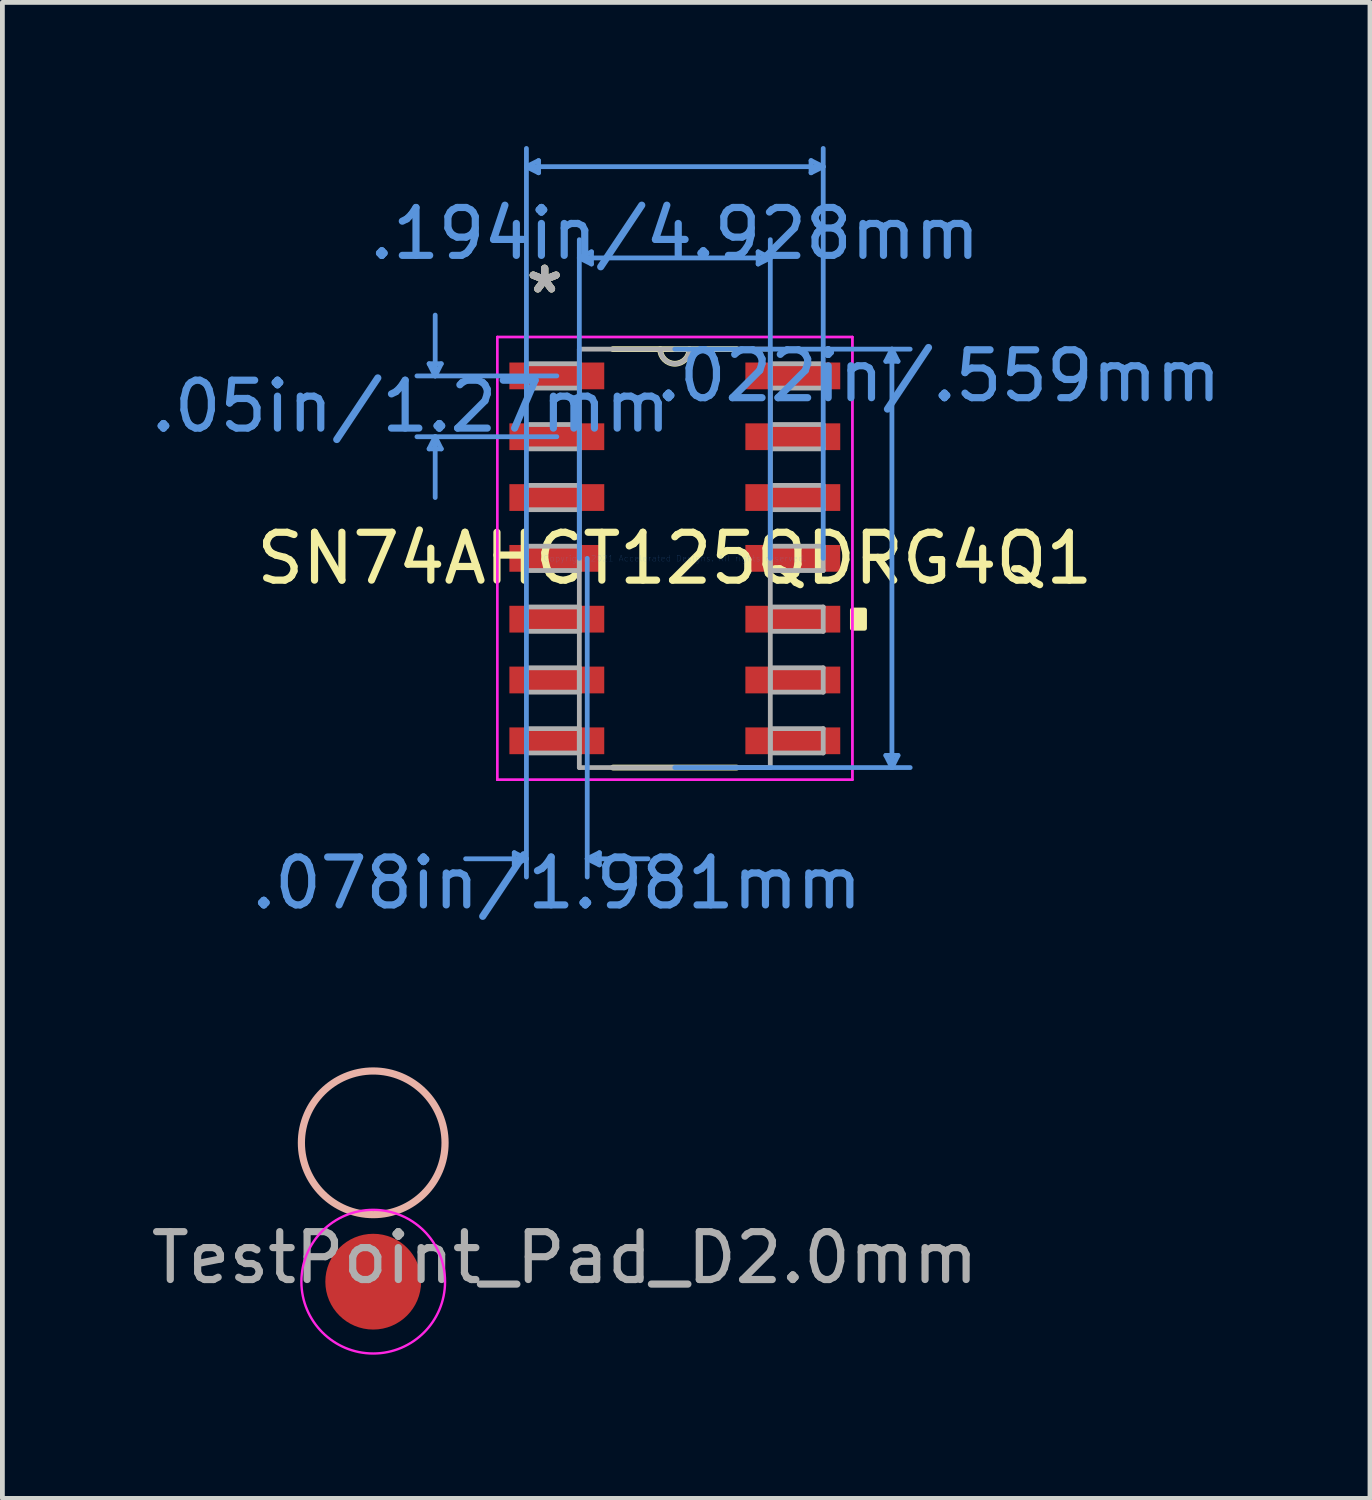
<source format=kicad_pcb>
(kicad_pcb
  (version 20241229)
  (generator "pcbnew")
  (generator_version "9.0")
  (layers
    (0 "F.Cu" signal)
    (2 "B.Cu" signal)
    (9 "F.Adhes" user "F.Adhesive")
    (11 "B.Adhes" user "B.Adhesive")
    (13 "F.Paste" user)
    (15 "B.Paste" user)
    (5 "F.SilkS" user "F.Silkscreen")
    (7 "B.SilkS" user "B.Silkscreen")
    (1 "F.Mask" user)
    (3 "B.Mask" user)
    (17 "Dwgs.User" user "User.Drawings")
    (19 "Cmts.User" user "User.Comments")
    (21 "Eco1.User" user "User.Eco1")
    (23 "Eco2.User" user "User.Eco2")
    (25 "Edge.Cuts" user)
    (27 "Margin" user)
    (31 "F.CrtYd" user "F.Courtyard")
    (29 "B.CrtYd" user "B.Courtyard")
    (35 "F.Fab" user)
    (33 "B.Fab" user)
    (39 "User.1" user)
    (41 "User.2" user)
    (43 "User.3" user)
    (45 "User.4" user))
  (footprint "TestPoint_Pad_D2.0mm"
    (layer "F.Cu")
    (at 4.744 23.715)
    (property "Reference" "TestPoint_Pad_D2.0mm" (at 4 -0.5 0) (layer "F.Fab") (effects (font (size 1 1) (thickness 0.15))))
    (attr exclude_from_pos_files)
    (fp_circle (center 0 -2.9) (end 1.5 -2.9) (stroke (width 0.15) (type solid)) (fill no) (layer "B.SilkS"))
    (fp_circle (center 0 0) (end 1.5 0) (stroke (width 0.05) (type solid)) (fill no) (layer "F.CrtYd"))
    (pad "1" smd circle (at 0 0) (size 2 2) (layers "F.Cu" "F.Mask")))
  (footprint "SN74AHCT125QDRG4Q1"
    (layer "F.Cu")
    (at 11.042 8.61)
    (property "Reference" "SN74AHCT125QDRG4Q1" (at 0 0 0) (layer "F.SilkS") (effects (font (size 1 1) (thickness 0.15))))
    (attr through_hole)
    (fp_line (start -1.293 4.369) (end 1.293 4.369) (stroke (width 0.12) (type solid)) (layer "F.SilkS"))
    (fp_line (start 1.293 -4.369) (end -1.293 -4.369) (stroke (width 0.12) (type solid)) (layer "F.SilkS"))
    (fp_arc (start 0.3048 -4.3688) (mid 0 -4.064) (end -0.3048 -4.3688) (stroke (width 0.12) (type solid)) (layer "F.SilkS"))
    (fp_poly (pts (xy 3.962 1.079) (xy 3.962 1.46) (xy 3.708 1.46) (xy 3.708 1.079)) (stroke (width 0.1) (type solid)) (fill yes) (layer "F.SilkS"))
    (fp_line (start -5.131 -4.064) (end -4.877 -4.064) (stroke (width 0.1) (type solid)) (layer "Cmts.User"))
    (fp_line (start -5.131 -2.286) (end -4.877 -2.286) (stroke (width 0.1) (type solid)) (layer "Cmts.User"))
    (fp_line (start -5.004 -3.81) (end -5.131 -4.064) (stroke (width 0.1) (type solid)) (layer "Cmts.User"))
    (fp_line (start -5.004 -3.81) (end -5.004 -5.08) (stroke (width 0.1) (type solid)) (layer "Cmts.User"))
    (fp_line (start -5.004 -3.81) (end -4.877 -4.064) (stroke (width 0.1) (type solid)) (layer "Cmts.User"))
    (fp_line (start -5.004 -2.54) (end -5.131 -2.286) (stroke (width 0.1) (type solid)) (layer "Cmts.User"))
    (fp_line (start -5.004 -2.54) (end -5.004 -1.27) (stroke (width 0.1) (type solid)) (layer "Cmts.User"))
    (fp_line (start -5.004 -2.54) (end -4.877 -2.286) (stroke (width 0.1) (type solid)) (layer "Cmts.User"))
    (fp_line (start -3.353 6.147) (end -3.353 6.401) (stroke (width 0.1) (type solid)) (layer "Cmts.User"))
    (fp_line (start -3.099 -8.179) (end -2.845 -8.306) (stroke (width 0.1) (type solid)) (layer "Cmts.User"))
    (fp_line (start -3.099 -8.179) (end -2.845 -8.052) (stroke (width 0.1) (type solid)) (layer "Cmts.User"))
    (fp_line (start -3.099 -8.179) (end 3.099 -8.179) (stroke (width 0.1) (type solid)) (layer "Cmts.User"))
    (fp_line (start -3.099 0) (end -3.099 -8.56) (stroke (width 0.1) (type solid)) (layer "Cmts.User"))
    (fp_line (start -3.099 0) (end -3.099 6.655) (stroke (width 0.1) (type solid)) (layer "Cmts.User"))
    (fp_line (start -3.099 6.274) (end -4.369 6.274) (stroke (width 0.1) (type solid)) (layer "Cmts.User"))
    (fp_line (start -3.099 6.274) (end -3.353 6.147) (stroke (width 0.1) (type solid)) (layer "Cmts.User"))
    (fp_line (start -3.099 6.274) (end -3.353 6.401) (stroke (width 0.1) (type solid)) (layer "Cmts.User"))
    (fp_line (start -2.845 -8.306) (end -2.845 -8.052) (stroke (width 0.1) (type solid)) (layer "Cmts.User"))
    (fp_line (start -2.464 -3.81) (end -5.385 -3.81) (stroke (width 0.1) (type solid)) (layer "Cmts.User"))
    (fp_line (start -2.464 -2.54) (end -5.385 -2.54) (stroke (width 0.1) (type solid)) (layer "Cmts.User"))
    (fp_line (start -1.994 -6.274) (end -1.74 -6.401) (stroke (width 0.1) (type solid)) (layer "Cmts.User"))
    (fp_line (start -1.994 -6.274) (end -1.74 -6.147) (stroke (width 0.1) (type solid)) (layer "Cmts.User"))
    (fp_line (start -1.994 -6.274) (end 1.994 -6.274) (stroke (width 0.1) (type solid)) (layer "Cmts.User"))
    (fp_line (start -1.994 0) (end -1.994 -6.655) (stroke (width 0.1) (type solid)) (layer "Cmts.User"))
    (fp_line (start -1.829 0) (end -1.829 6.655) (stroke (width 0.1) (type solid)) (layer "Cmts.User"))
    (fp_line (start -1.829 6.274) (end -1.575 6.147) (stroke (width 0.1) (type solid)) (layer "Cmts.User"))
    (fp_line (start -1.829 6.274) (end -1.575 6.401) (stroke (width 0.1) (type solid)) (layer "Cmts.User"))
    (fp_line (start -1.829 6.274) (end -0.559 6.274) (stroke (width 0.1) (type solid)) (layer "Cmts.User"))
    (fp_line (start -1.74 -6.401) (end -1.74 -6.147) (stroke (width 0.1) (type solid)) (layer "Cmts.User"))
    (fp_line (start -1.575 6.147) (end -1.575 6.401) (stroke (width 0.1) (type solid)) (layer "Cmts.User"))
    (fp_line (start 0 -4.369) (end 4.915 -4.369) (stroke (width 0.1) (type solid)) (layer "Cmts.User"))
    (fp_line (start 0 4.369) (end 4.915 4.369) (stroke (width 0.1) (type solid)) (layer "Cmts.User"))
    (fp_line (start 1.74 -6.401) (end 1.74 -6.147) (stroke (width 0.1) (type solid)) (layer "Cmts.User"))
    (fp_line (start 1.994 -6.274) (end 1.74 -6.401) (stroke (width 0.1) (type solid)) (layer "Cmts.User"))
    (fp_line (start 1.994 -6.274) (end 1.74 -6.147) (stroke (width 0.1) (type solid)) (layer "Cmts.User"))
    (fp_line (start 1.994 0) (end 1.994 -6.655) (stroke (width 0.1) (type solid)) (layer "Cmts.User"))
    (fp_line (start 2.845 -8.306) (end 2.845 -8.052) (stroke (width 0.1) (type solid)) (layer "Cmts.User"))
    (fp_line (start 3.099 -8.179) (end 2.845 -8.306) (stroke (width 0.1) (type solid)) (layer "Cmts.User"))
    (fp_line (start 3.099 -8.179) (end 2.845 -8.052) (stroke (width 0.1) (type solid)) (layer "Cmts.User"))
    (fp_line (start 3.099 0) (end 3.099 -8.56) (stroke (width 0.1) (type solid)) (layer "Cmts.User"))
    (fp_line (start 4.407 -4.115) (end 4.661 -4.115) (stroke (width 0.1) (type solid)) (layer "Cmts.User"))
    (fp_line (start 4.407 4.115) (end 4.661 4.115) (stroke (width 0.1) (type solid)) (layer "Cmts.User"))
    (fp_line (start 4.534 -4.369) (end 4.407 -4.115) (stroke (width 0.1) (type solid)) (layer "Cmts.User"))
    (fp_line (start 4.534 -4.369) (end 4.534 4.369) (stroke (width 0.1) (type solid)) (layer "Cmts.User"))
    (fp_line (start 4.534 -4.369) (end 4.661 -4.115) (stroke (width 0.1) (type solid)) (layer "Cmts.User"))
    (fp_line (start 4.534 4.369) (end 4.407 4.115) (stroke (width 0.1) (type solid)) (layer "Cmts.User"))
    (fp_line (start 4.534 4.369) (end 4.661 4.115) (stroke (width 0.1) (type solid)) (layer "Cmts.User"))
    (fp_line (start -3.708 -4.623) (end 3.708 -4.623) (stroke (width 0.05) (type solid)) (layer "F.CrtYd"))
    (fp_line (start -3.708 -4.623) (end 3.708 -4.623) (stroke (width 0.05) (type solid)) (layer "F.CrtYd"))
    (fp_line (start -3.708 4.623) (end -3.708 -4.623) (stroke (width 0.05) (type solid)) (layer "F.CrtYd"))
    (fp_line (start -3.708 4.623) (end -3.708 -4.623) (stroke (width 0.05) (type solid)) (layer "F.CrtYd"))
    (fp_line (start 3.708 -4.623) (end 3.708 4.623) (stroke (width 0.05) (type solid)) (layer "F.CrtYd"))
    (fp_line (start 3.708 -4.623) (end 3.708 4.623) (stroke (width 0.05) (type solid)) (layer "F.CrtYd"))
    (fp_line (start 3.708 4.623) (end -3.708 4.623) (stroke (width 0.05) (type solid)) (layer "F.CrtYd"))
    (fp_line (start 3.708 4.623) (end -3.708 4.623) (stroke (width 0.05) (type solid)) (layer "F.CrtYd"))
    (fp_line (start -3.099 -4.064) (end -3.099 -3.556) (stroke (width 0.1) (type solid)) (layer "F.Fab"))
    (fp_line (start -3.099 -3.556) (end -1.994 -3.556) (stroke (width 0.1) (type solid)) (layer "F.Fab"))
    (fp_line (start -3.099 -2.794) (end -3.099 -2.286) (stroke (width 0.1) (type solid)) (layer "F.Fab"))
    (fp_line (start -3.099 -2.286) (end -1.994 -2.286) (stroke (width 0.1) (type solid)) (layer "F.Fab"))
    (fp_line (start -3.099 -1.524) (end -3.099 -1.016) (stroke (width 0.1) (type solid)) (layer "F.Fab"))
    (fp_line (start -3.099 -1.016) (end -1.994 -1.016) (stroke (width 0.1) (type solid)) (layer "F.Fab"))
    (fp_line (start -3.099 -0.254) (end -3.099 0.254) (stroke (width 0.1) (type solid)) (layer "F.Fab"))
    (fp_line (start -3.099 0.254) (end -1.994 0.254) (stroke (width 0.1) (type solid)) (layer "F.Fab"))
    (fp_line (start -3.099 1.016) (end -3.099 1.524) (stroke (width 0.1) (type solid)) (layer "F.Fab"))
    (fp_line (start -3.099 1.524) (end -1.994 1.524) (stroke (width 0.1) (type solid)) (layer "F.Fab"))
    (fp_line (start -3.099 2.286) (end -3.099 2.794) (stroke (width 0.1) (type solid)) (layer "F.Fab"))
    (fp_line (start -3.099 2.794) (end -1.994 2.794) (stroke (width 0.1) (type solid)) (layer "F.Fab"))
    (fp_line (start -3.099 3.556) (end -3.099 4.064) (stroke (width 0.1) (type solid)) (layer "F.Fab"))
    (fp_line (start -3.099 4.064) (end -1.994 4.064) (stroke (width 0.1) (type solid)) (layer "F.Fab"))
    (fp_line (start -1.994 -4.369) (end -1.994 4.369) (stroke (width 0.1) (type solid)) (layer "F.Fab"))
    (fp_line (start -1.994 -4.064) (end -3.099 -4.064) (stroke (width 0.1) (type solid)) (layer "F.Fab"))
    (fp_line (start -1.994 -3.556) (end -1.994 -4.064) (stroke (width 0.1) (type solid)) (layer "F.Fab"))
    (fp_line (start -1.994 -2.794) (end -3.099 -2.794) (stroke (width 0.1) (type solid)) (layer "F.Fab"))
    (fp_line (start -1.994 -2.286) (end -1.994 -2.794) (stroke (width 0.1) (type solid)) (layer "F.Fab"))
    (fp_line (start -1.994 -1.524) (end -3.099 -1.524) (stroke (width 0.1) (type solid)) (layer "F.Fab"))
    (fp_line (start -1.994 -1.016) (end -1.994 -1.524) (stroke (width 0.1) (type solid)) (layer "F.Fab"))
    (fp_line (start -1.994 -0.254) (end -3.099 -0.254) (stroke (width 0.1) (type solid)) (layer "F.Fab"))
    (fp_line (start -1.994 0.254) (end -1.994 -0.254) (stroke (width 0.1) (type solid)) (layer "F.Fab"))
    (fp_line (start -1.994 1.016) (end -3.099 1.016) (stroke (width 0.1) (type solid)) (layer "F.Fab"))
    (fp_line (start -1.994 1.524) (end -1.994 1.016) (stroke (width 0.1) (type solid)) (layer "F.Fab"))
    (fp_line (start -1.994 2.286) (end -3.099 2.286) (stroke (width 0.1) (type solid)) (layer "F.Fab"))
    (fp_line (start -1.994 2.794) (end -1.994 2.286) (stroke (width 0.1) (type solid)) (layer "F.Fab"))
    (fp_line (start -1.994 3.556) (end -3.099 3.556) (stroke (width 0.1) (type solid)) (layer "F.Fab"))
    (fp_line (start -1.994 4.064) (end -1.994 3.556) (stroke (width 0.1) (type solid)) (layer "F.Fab"))
    (fp_line (start -1.994 4.369) (end 1.994 4.369) (stroke (width 0.1) (type solid)) (layer "F.Fab"))
    (fp_line (start 1.994 -4.369) (end -1.994 -4.369) (stroke (width 0.1) (type solid)) (layer "F.Fab"))
    (fp_line (start 1.994 -4.064) (end 1.994 -3.556) (stroke (width 0.1) (type solid)) (layer "F.Fab"))
    (fp_line (start 1.994 -3.556) (end 3.099 -3.556) (stroke (width 0.1) (type solid)) (layer "F.Fab"))
    (fp_line (start 1.994 -2.794) (end 1.994 -2.286) (stroke (width 0.1) (type solid)) (layer "F.Fab"))
    (fp_line (start 1.994 -2.286) (end 3.099 -2.286) (stroke (width 0.1) (type solid)) (layer "F.Fab"))
    (fp_line (start 1.994 -1.524) (end 1.994 -1.016) (stroke (width 0.1) (type solid)) (layer "F.Fab"))
    (fp_line (start 1.994 -1.016) (end 3.099 -1.016) (stroke (width 0.1) (type solid)) (layer "F.Fab"))
    (fp_line (start 1.994 -0.254) (end 1.994 0.254) (stroke (width 0.1) (type solid)) (layer "F.Fab"))
    (fp_line (start 1.994 0.254) (end 3.099 0.254) (stroke (width 0.1) (type solid)) (layer "F.Fab"))
    (fp_line (start 1.994 1.016) (end 1.994 1.524) (stroke (width 0.1) (type solid)) (layer "F.Fab"))
    (fp_line (start 1.994 1.524) (end 3.099 1.524) (stroke (width 0.1) (type solid)) (layer "F.Fab"))
    (fp_line (start 1.994 2.286) (end 1.994 2.794) (stroke (width 0.1) (type solid)) (layer "F.Fab"))
    (fp_line (start 1.994 2.794) (end 3.099 2.794) (stroke (width 0.1) (type solid)) (layer "F.Fab"))
    (fp_line (start 1.994 3.556) (end 1.994 4.064) (stroke (width 0.1) (type solid)) (layer "F.Fab"))
    (fp_line (start 1.994 4.064) (end 3.099 4.064) (stroke (width 0.1) (type solid)) (layer "F.Fab"))
    (fp_line (start 1.994 4.369) (end 1.994 -4.369) (stroke (width 0.1) (type solid)) (layer "F.Fab"))
    (fp_line (start 3.099 -4.064) (end 1.994 -4.064) (stroke (width 0.1) (type solid)) (layer "F.Fab"))
    (fp_line (start 3.099 -3.556) (end 3.099 -4.064) (stroke (width 0.1) (type solid)) (layer "F.Fab"))
    (fp_line (start 3.099 -2.794) (end 1.994 -2.794) (stroke (width 0.1) (type solid)) (layer "F.Fab"))
    (fp_line (start 3.099 -2.286) (end 3.099 -2.794) (stroke (width 0.1) (type solid)) (layer "F.Fab"))
    (fp_line (start 3.099 -1.524) (end 1.994 -1.524) (stroke (width 0.1) (type solid)) (layer "F.Fab"))
    (fp_line (start 3.099 -1.016) (end 3.099 -1.524) (stroke (width 0.1) (type solid)) (layer "F.Fab"))
    (fp_line (start 3.099 -0.254) (end 1.994 -0.254) (stroke (width 0.1) (type solid)) (layer "F.Fab"))
    (fp_line (start 3.099 0.254) (end 3.099 -0.254) (stroke (width 0.1) (type solid)) (layer "F.Fab"))
    (fp_line (start 3.099 1.016) (end 1.994 1.016) (stroke (width 0.1) (type solid)) (layer "F.Fab"))
    (fp_line (start 3.099 1.524) (end 3.099 1.016) (stroke (width 0.1) (type solid)) (layer "F.Fab"))
    (fp_line (start 3.099 2.286) (end 1.994 2.286) (stroke (width 0.1) (type solid)) (layer "F.Fab"))
    (fp_line (start 3.099 2.794) (end 3.099 2.286) (stroke (width 0.1) (type solid)) (layer "F.Fab"))
    (fp_line (start 3.099 3.556) (end 1.994 3.556) (stroke (width 0.1) (type solid)) (layer "F.Fab"))
    (fp_line (start 3.099 4.064) (end 3.099 3.556) (stroke (width 0.1) (type solid)) (layer "F.Fab"))
    (fp_arc (start 0.3048 -4.3688) (mid 0 -4.064) (end -0.3048 -4.3688) (stroke (width 0.1) (type solid)) (layer "F.Fab"))
    (fp_text user "*" (at -2.718 -5.512 0) (layer "F.SilkS") (effects (font (size 1 1) (thickness 0.15))))
    (fp_text user "*" (at -2.718 -5.512 0) (layer "F.SilkS") (effects (font (size 1 1) (thickness 0.15))))
    (fp_text user ".022in/.559mm" (at 5.512 -3.81 0) (layer "Cmts.User") (effects (font (size 1 1) (thickness 0.15))))
    (fp_text user "Copyright 2021 Accelerated Designs. All rights reserved." (at 0 0 0) (layer "Cmts.User") (effects (font (size 0.127 0.127) (thickness 0.002))))
    (fp_text user ".078in/1.981mm" (at -2.464 6.782 0) (layer "Cmts.User") (effects (font (size 1 1) (thickness 0.15))))
    (fp_text user ".05in/1.27mm" (at -5.512 -3.175 0) (layer "Cmts.User") (effects (font (size 1 1) (thickness 0.15))))
    (fp_text user ".194in/4.928mm" (at 0 -6.782 0) (layer "Cmts.User") (effects (font (size 1 1) (thickness 0.15))))
    (fp_text user "*" (at -2.718 -5.512 0) (layer "F.Fab") (effects (font (size 1 1) (thickness 0.15))))
    (fp_text user "*" (at -2.718 -5.512 0) (layer "F.Fab") (effects (font (size 1 1) (thickness 0.15))))
    (pad "1" smd rect (at -2.464 -3.81) (size 1.981 0.559) (layers "F.Cu" "F.Mask" "F.Paste"))
    (pad "2" smd rect (at -2.464 -2.54) (size 1.981 0.559) (layers "F.Cu" "F.Mask" "F.Paste"))
    (pad "3" smd rect (at -2.464 -1.27) (size 1.981 0.559) (layers "F.Cu" "F.Mask" "F.Paste"))
    (pad "4" smd rect (at -2.464 0) (size 1.981 0.559) (layers "F.Cu" "F.Mask" "F.Paste"))
    (pad "5" smd rect (at -2.464 1.27) (size 1.981 0.559) (layers "F.Cu" "F.Mask" "F.Paste"))
    (pad "6" smd rect (at -2.464 2.54) (size 1.981 0.559) (layers "F.Cu" "F.Mask" "F.Paste"))
    (pad "7" smd rect (at -2.464 3.81) (size 1.981 0.559) (layers "F.Cu" "F.Mask" "F.Paste"))
    (pad "8" smd rect (at 2.464 3.81) (size 1.981 0.559) (layers "F.Cu" "F.Mask" "F.Paste"))
    (pad "9" smd rect (at 2.464 2.54) (size 1.981 0.559) (layers "F.Cu" "F.Mask" "F.Paste"))
    (pad "10" smd rect (at 2.464 1.27) (size 1.981 0.559) (layers "F.Cu" "F.Mask" "F.Paste"))
    (pad "11" smd rect (at 2.464 0) (size 1.981 0.559) (layers "F.Cu" "F.Mask" "F.Paste"))
    (pad "12" smd rect (at 2.464 -1.27) (size 1.981 0.559) (layers "F.Cu" "F.Mask" "F.Paste"))
    (pad "13" smd rect (at 2.464 -2.54) (size 1.981 0.559) (layers "F.Cu" "F.Mask" "F.Paste"))
    (pad "14" smd rect (at 2.464 -3.81) (size 1.981 0.559) (layers "F.Cu" "F.Mask" "F.Paste")))
  (gr_rect
    (start -3 -3)
    (end 25.559 28.24)
    (stroke (width 0.1) (type default))
    (fill no)
    (layer "Edge.Cuts")))
</source>
